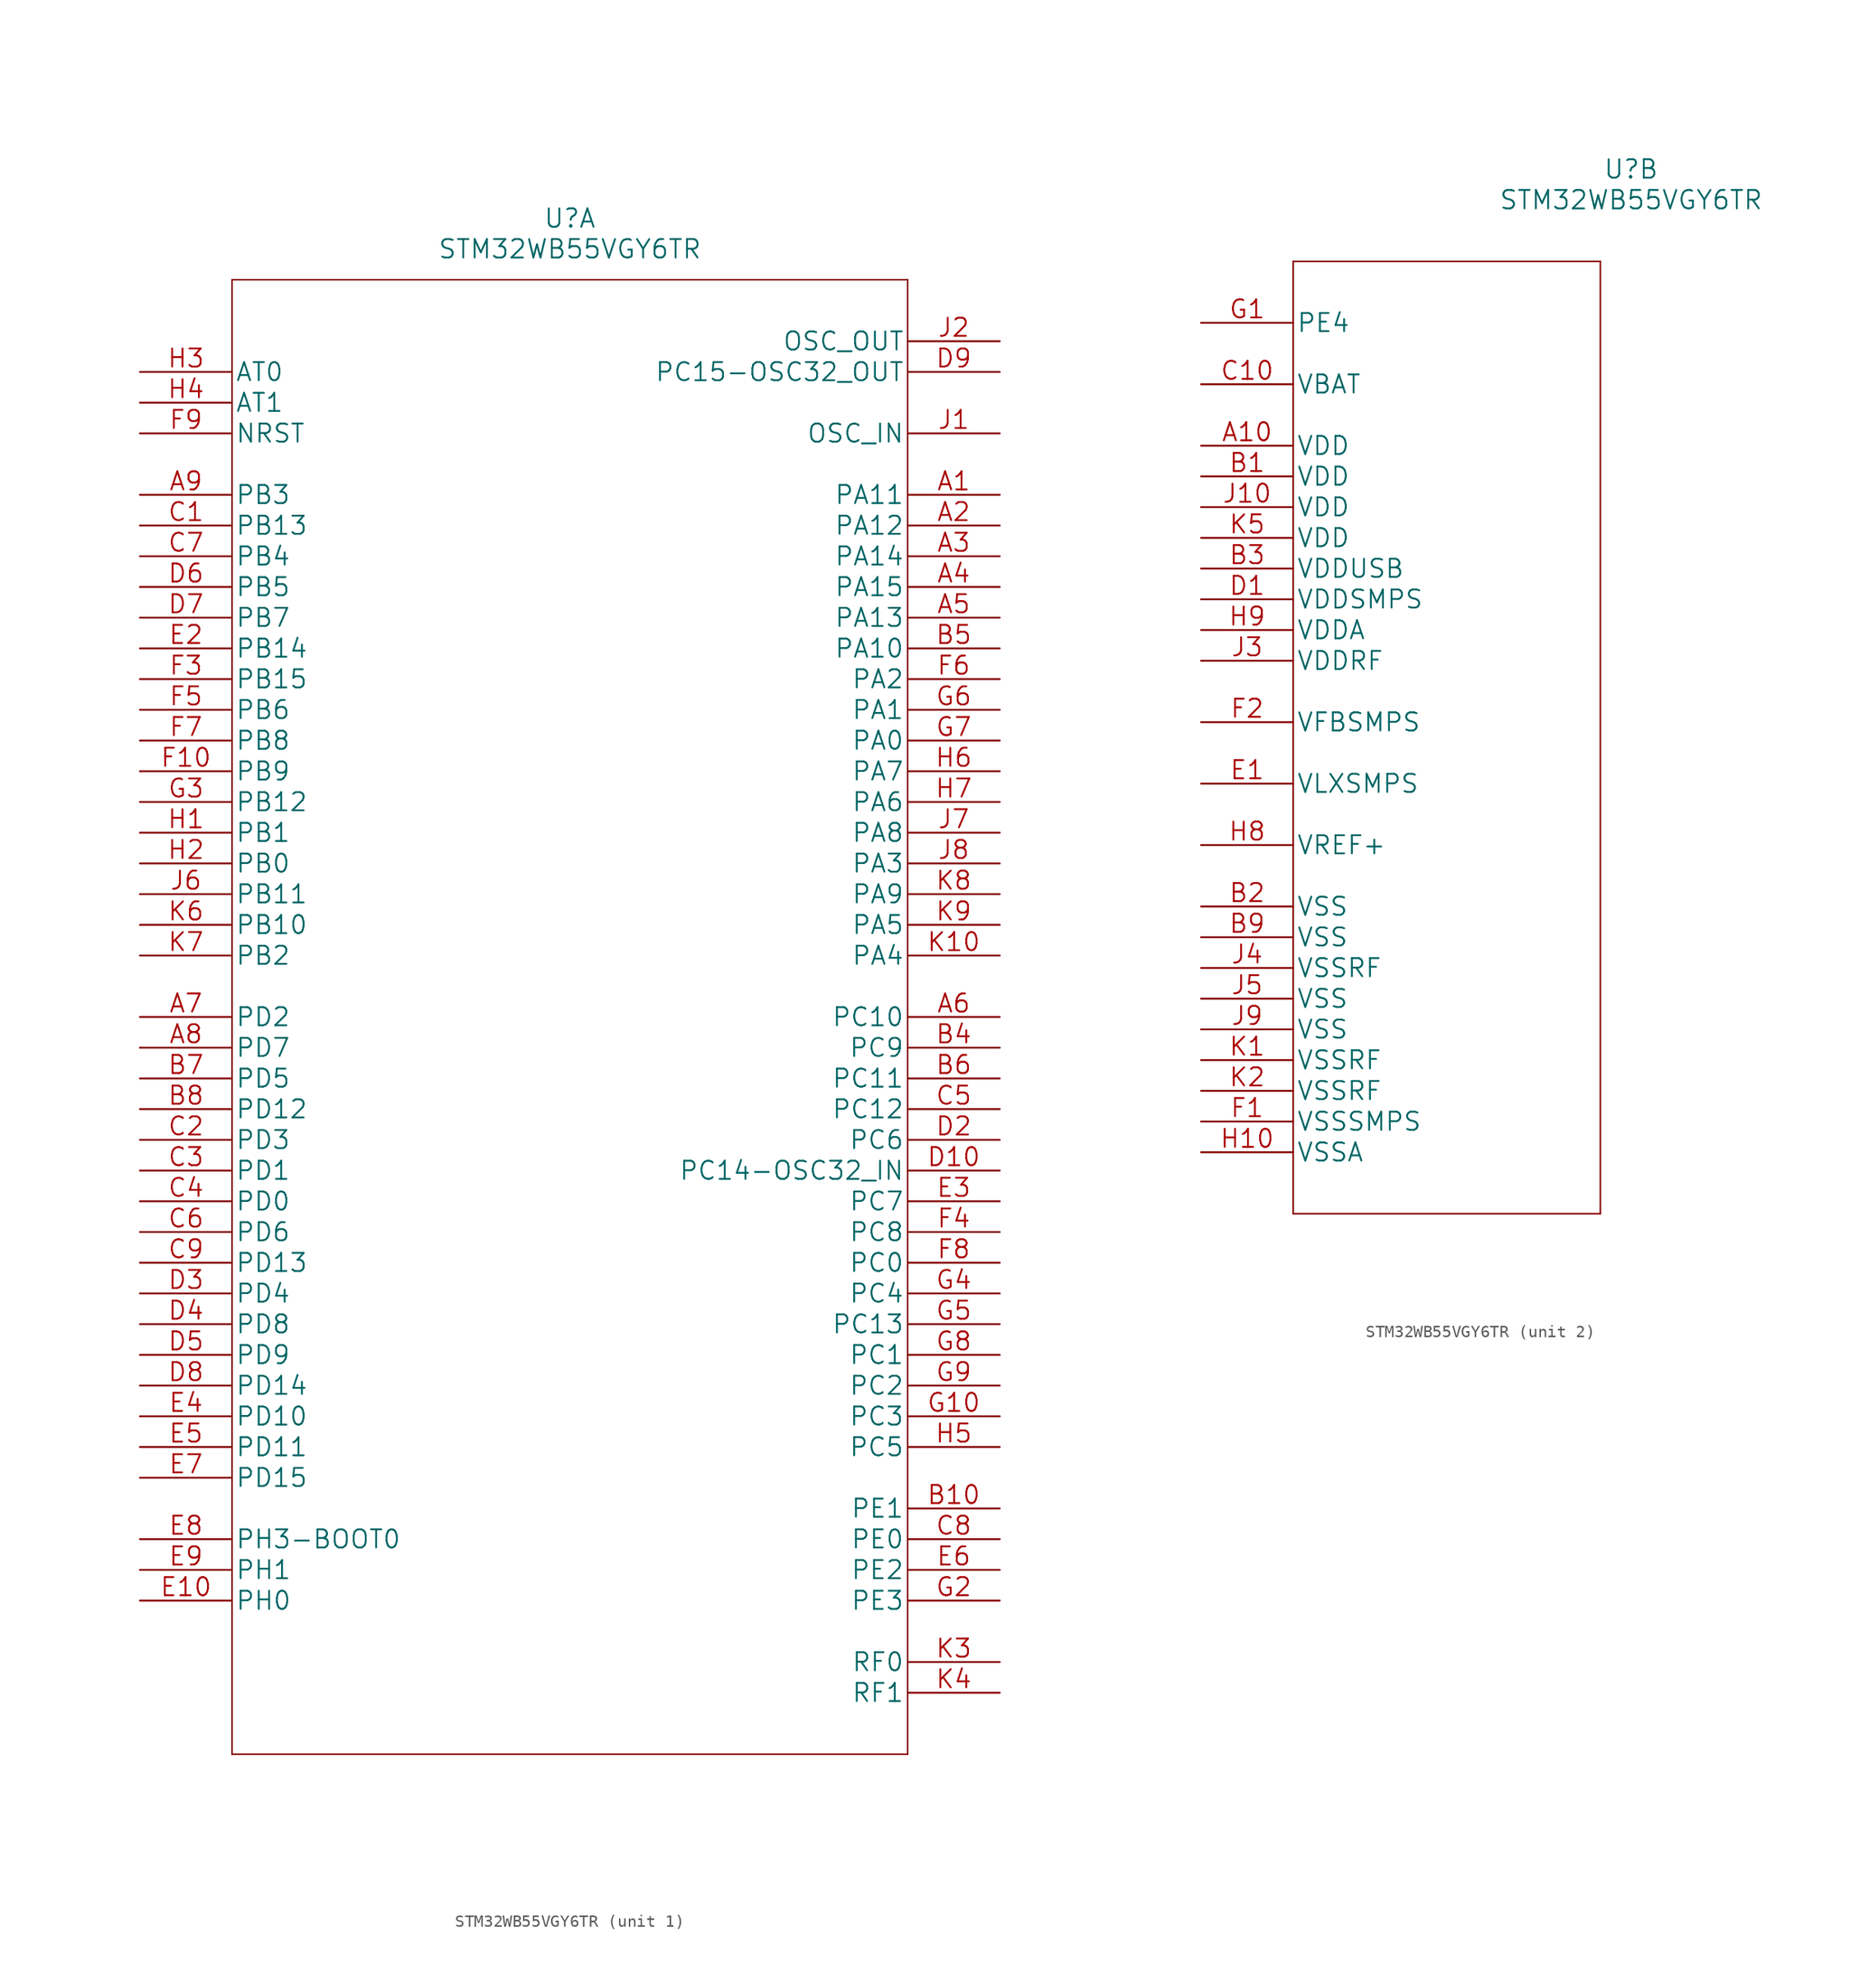
<source format=kicad_sym>
(kicad_symbol_lib
  (version 20211014)
  (generator kicad_symbol_editor)
  (symbol "STM32WB55VGY6TR"
    (pin_names
      (offset 0.254))
    (property "Reference" "U"
      (at 35.56 12.7 0)
      (effects (font (size 1.524 1.524))))
    (property "Value" "STM32WB55VGY6TR"
      (at 35.56 10.16 0)
      (effects (font (size 1.524 1.524))))
    (property "Datasheet" ""
      (at 0 0 0)
      (effects (font (size 1.524 1.524))))
    (symbol "STM32WB55VGY6TR_1_1"
      (polyline (pts (xy 7.62 -114.3) (xy 63.5 -114.3)) (stroke (width 0.127) (type default) (color 0 0 0 0)) (fill (type none)))
      (polyline (pts (xy 7.62 7.62) (xy 7.62 -114.3)) (stroke (width 0.127) (type default) (color 0 0 0 0)) (fill (type none)))
      (polyline (pts (xy 63.5 -114.3) (xy 63.5 7.62)) (stroke (width 0.127) (type default) (color 0 0 0 0)) (fill (type none)))
      (polyline (pts (xy 63.5 7.62) (xy 7.62 7.62)) (stroke (width 0.127) (type default) (color 0 0 0 0)) (fill (type none)))
      (pin bidirectional line (at 71.12 -10.16 180) (length 7.62) (name "PA11" (effects (font (size 1.499 1.499)))) (number "A1" (effects (font (size 1.499 1.499)))))
      (pin bidirectional line (at 71.12 -12.7 180) (length 7.62) (name "PA12" (effects (font (size 1.499 1.499)))) (number "A2" (effects (font (size 1.499 1.499)))))
      (pin bidirectional line (at 71.12 -15.24 180) (length 7.62) (name "PA14" (effects (font (size 1.499 1.499)))) (number "A3" (effects (font (size 1.499 1.499)))))
      (pin bidirectional line (at 71.12 -17.78 180) (length 7.62) (name "PA15" (effects (font (size 1.499 1.499)))) (number "A4" (effects (font (size 1.499 1.499)))))
      (pin bidirectional line (at 71.12 -20.32 180) (length 7.62) (name "PA13" (effects (font (size 1.499 1.499)))) (number "A5" (effects (font (size 1.499 1.499)))))
      (pin bidirectional line (at 71.12 -53.34 180) (length 7.62) (name "PC10" (effects (font (size 1.499 1.499)))) (number "A6" (effects (font (size 1.499 1.499)))))
      (pin bidirectional line (at 0 -53.34 0) (length 7.62) (name "PD2" (effects (font (size 1.499 1.499)))) (number "A7" (effects (font (size 1.499 1.499)))))
      (pin bidirectional line (at 0 -55.88 0) (length 7.62) (name "PD7" (effects (font (size 1.499 1.499)))) (number "A8" (effects (font (size 1.499 1.499)))))
      (pin bidirectional line (at 0 -10.16 0) (length 7.62) (name "PB3" (effects (font (size 1.499 1.499)))) (number "A9" (effects (font (size 1.499 1.499)))))
      (pin bidirectional line (at 71.12 -93.98 180) (length 7.62) (name "PE1" (effects (font (size 1.499 1.499)))) (number "B10" (effects (font (size 1.499 1.499)))))
      (pin bidirectional line (at 71.12 -55.88 180) (length 7.62) (name "PC9" (effects (font (size 1.499 1.499)))) (number "B4" (effects (font (size 1.499 1.499)))))
      (pin bidirectional line (at 71.12 -22.86 180) (length 7.62) (name "PA10" (effects (font (size 1.499 1.499)))) (number "B5" (effects (font (size 1.499 1.499)))))
      (pin bidirectional line (at 71.12 -58.42 180) (length 7.62) (name "PC11" (effects (font (size 1.499 1.499)))) (number "B6" (effects (font (size 1.499 1.499)))))
      (pin bidirectional line (at 0 -58.42 0) (length 7.62) (name "PD5" (effects (font (size 1.499 1.499)))) (number "B7" (effects (font (size 1.499 1.499)))))
      (pin bidirectional line (at 0 -60.96 0) (length 7.62) (name "PD12" (effects (font (size 1.499 1.499)))) (number "B8" (effects (font (size 1.499 1.499)))))
      (pin bidirectional line (at 0 -12.7 0) (length 7.62) (name "PB13" (effects (font (size 1.499 1.499)))) (number "C1" (effects (font (size 1.499 1.499)))))
      (pin bidirectional line (at 0 -63.5 0) (length 7.62) (name "PD3" (effects (font (size 1.499 1.499)))) (number "C2" (effects (font (size 1.499 1.499)))))
      (pin bidirectional line (at 0 -66.04 0) (length 7.62) (name "PD1" (effects (font (size 1.499 1.499)))) (number "C3" (effects (font (size 1.499 1.499)))))
      (pin bidirectional line (at 0 -68.58 0) (length 7.62) (name "PD0" (effects (font (size 1.499 1.499)))) (number "C4" (effects (font (size 1.499 1.499)))))
      (pin bidirectional line (at 71.12 -60.96 180) (length 7.62) (name "PC12" (effects (font (size 1.499 1.499)))) (number "C5" (effects (font (size 1.499 1.499)))))
      (pin bidirectional line (at 0 -71.12 0) (length 7.62) (name "PD6" (effects (font (size 1.499 1.499)))) (number "C6" (effects (font (size 1.499 1.499)))))
      (pin bidirectional line (at 0 -15.24 0) (length 7.62) (name "PB4" (effects (font (size 1.499 1.499)))) (number "C7" (effects (font (size 1.499 1.499)))))
      (pin bidirectional line (at 71.12 -96.52 180) (length 7.62) (name "PE0" (effects (font (size 1.499 1.499)))) (number "C8" (effects (font (size 1.499 1.499)))))
      (pin bidirectional line (at 0 -73.66 0) (length 7.62) (name "PD13" (effects (font (size 1.499 1.499)))) (number "C9" (effects (font (size 1.499 1.499)))))
      (pin bidirectional line (at 71.12 -66.04 180) (length 7.62) (name "PC14-OSC32_IN" (effects (font (size 1.499 1.499)))) (number "D10" (effects (font (size 1.499 1.499)))))
      (pin bidirectional line (at 71.12 -63.5 180) (length 7.62) (name "PC6" (effects (font (size 1.499 1.499)))) (number "D2" (effects (font (size 1.499 1.499)))))
      (pin bidirectional line (at 0 -76.2 0) (length 7.62) (name "PD4" (effects (font (size 1.499 1.499)))) (number "D3" (effects (font (size 1.499 1.499)))))
      (pin bidirectional line (at 0 -78.74 0) (length 7.62) (name "PD8" (effects (font (size 1.499 1.499)))) (number "D4" (effects (font (size 1.499 1.499)))))
      (pin bidirectional line (at 0 -81.28 0) (length 7.62) (name "PD9" (effects (font (size 1.499 1.499)))) (number "D5" (effects (font (size 1.499 1.499)))))
      (pin bidirectional line (at 0 -17.78 0) (length 7.62) (name "PB5" (effects (font (size 1.499 1.499)))) (number "D6" (effects (font (size 1.499 1.499)))))
      (pin bidirectional line (at 0 -20.32 0) (length 7.62) (name "PB7" (effects (font (size 1.499 1.499)))) (number "D7" (effects (font (size 1.499 1.499)))))
      (pin bidirectional line (at 0 -83.82 0) (length 7.62) (name "PD14" (effects (font (size 1.499 1.499)))) (number "D8" (effects (font (size 1.499 1.499)))))
      (pin bidirectional line (at 71.12 0 180) (length 7.62) (name "PC15-OSC32_OUT" (effects (font (size 1.499 1.499)))) (number "D9" (effects (font (size 1.499 1.499)))))
      (pin bidirectional line (at 0 -101.6 0) (length 7.62) (name "PH0" (effects (font (size 1.499 1.499)))) (number "E10" (effects (font (size 1.499 1.499)))))
      (pin bidirectional line (at 0 -22.86 0) (length 7.62) (name "PB14" (effects (font (size 1.499 1.499)))) (number "E2" (effects (font (size 1.499 1.499)))))
      (pin bidirectional line (at 71.12 -68.58 180) (length 7.62) (name "PC7" (effects (font (size 1.499 1.499)))) (number "E3" (effects (font (size 1.499 1.499)))))
      (pin bidirectional line (at 0 -86.36 0) (length 7.62) (name "PD10" (effects (font (size 1.499 1.499)))) (number "E4" (effects (font (size 1.499 1.499)))))
      (pin bidirectional line (at 0 -88.9 0) (length 7.62) (name "PD11" (effects (font (size 1.499 1.499)))) (number "E5" (effects (font (size 1.499 1.499)))))
      (pin bidirectional line (at 71.12 -99.06 180) (length 7.62) (name "PE2" (effects (font (size 1.499 1.499)))) (number "E6" (effects (font (size 1.499 1.499)))))
      (pin bidirectional line (at 0 -91.44 0) (length 7.62) (name "PD15" (effects (font (size 1.499 1.499)))) (number "E7" (effects (font (size 1.499 1.499)))))
      (pin bidirectional line (at 0 -96.52 0) (length 7.62) (name "PH3-BOOT0" (effects (font (size 1.499 1.499)))) (number "E8" (effects (font (size 1.499 1.499)))))
      (pin bidirectional line (at 0 -99.06 0) (length 7.62) (name "PH1" (effects (font (size 1.499 1.499)))) (number "E9" (effects (font (size 1.499 1.499)))))
      (pin bidirectional line (at 0 -33.02 0) (length 7.62) (name "PB9" (effects (font (size 1.499 1.499)))) (number "F10" (effects (font (size 1.499 1.499)))))
      (pin bidirectional line (at 0 -25.4 0) (length 7.62) (name "PB15" (effects (font (size 1.499 1.499)))) (number "F3" (effects (font (size 1.499 1.499)))))
      (pin bidirectional line (at 71.12 -71.12 180) (length 7.62) (name "PC8" (effects (font (size 1.499 1.499)))) (number "F4" (effects (font (size 1.499 1.499)))))
      (pin bidirectional line (at 0 -27.94 0) (length 7.62) (name "PB6" (effects (font (size 1.499 1.499)))) (number "F5" (effects (font (size 1.499 1.499)))))
      (pin bidirectional line (at 71.12 -25.4 180) (length 7.62) (name "PA2" (effects (font (size 1.499 1.499)))) (number "F6" (effects (font (size 1.499 1.499)))))
      (pin bidirectional line (at 0 -30.48 0) (length 7.62) (name "PB8" (effects (font (size 1.499 1.499)))) (number "F7" (effects (font (size 1.499 1.499)))))
      (pin bidirectional line (at 71.12 -73.66 180) (length 7.62) (name "PC0" (effects (font (size 1.499 1.499)))) (number "F8" (effects (font (size 1.499 1.499)))))
      (pin bidirectional line (at 0 -5.08 0) (length 7.62) (name "NRST" (effects (font (size 1.499 1.499)))) (number "F9" (effects (font (size 1.499 1.499)))))
      (pin bidirectional line (at 71.12 -86.36 180) (length 7.62) (name "PC3" (effects (font (size 1.499 1.499)))) (number "G10" (effects (font (size 1.499 1.499)))))
      (pin bidirectional line (at 71.12 -101.6 180) (length 7.62) (name "PE3" (effects (font (size 1.499 1.499)))) (number "G2" (effects (font (size 1.499 1.499)))))
      (pin bidirectional line (at 0 -35.56 0) (length 7.62) (name "PB12" (effects (font (size 1.499 1.499)))) (number "G3" (effects (font (size 1.499 1.499)))))
      (pin bidirectional line (at 71.12 -76.2 180) (length 7.62) (name "PC4" (effects (font (size 1.499 1.499)))) (number "G4" (effects (font (size 1.499 1.499)))))
      (pin bidirectional line (at 71.12 -78.74 180) (length 7.62) (name "PC13" (effects (font (size 1.499 1.499)))) (number "G5" (effects (font (size 1.499 1.499)))))
      (pin bidirectional line (at 71.12 -27.94 180) (length 7.62) (name "PA1" (effects (font (size 1.499 1.499)))) (number "G6" (effects (font (size 1.499 1.499)))))
      (pin bidirectional line (at 71.12 -30.48 180) (length 7.62) (name "PA0" (effects (font (size 1.499 1.499)))) (number "G7" (effects (font (size 1.499 1.499)))))
      (pin bidirectional line (at 71.12 -81.28 180) (length 7.62) (name "PC1" (effects (font (size 1.499 1.499)))) (number "G8" (effects (font (size 1.499 1.499)))))
      (pin bidirectional line (at 71.12 -83.82 180) (length 7.62) (name "PC2" (effects (font (size 1.499 1.499)))) (number "G9" (effects (font (size 1.499 1.499)))))
      (pin bidirectional line (at 0 -38.1 0) (length 7.62) (name "PB1" (effects (font (size 1.499 1.499)))) (number "H1" (effects (font (size 1.499 1.499)))))
      (pin bidirectional line (at 0 -40.64 0) (length 7.62) (name "PB0" (effects (font (size 1.499 1.499)))) (number "H2" (effects (font (size 1.499 1.499)))))
      (pin bidirectional line (at 0 0 0) (length 7.62) (name "AT0" (effects (font (size 1.499 1.499)))) (number "H3" (effects (font (size 1.499 1.499)))))
      (pin bidirectional line (at 0 -2.54 0) (length 7.62) (name "AT1" (effects (font (size 1.499 1.499)))) (number "H4" (effects (font (size 1.499 1.499)))))
      (pin bidirectional line (at 71.12 -88.9 180) (length 7.62) (name "PC5" (effects (font (size 1.499 1.499)))) (number "H5" (effects (font (size 1.499 1.499)))))
      (pin bidirectional line (at 71.12 -33.02 180) (length 7.62) (name "PA7" (effects (font (size 1.499 1.499)))) (number "H6" (effects (font (size 1.499 1.499)))))
      (pin bidirectional line (at 71.12 -35.56 180) (length 7.62) (name "PA6" (effects (font (size 1.499 1.499)))) (number "H7" (effects (font (size 1.499 1.499)))))
      (pin bidirectional line (at 71.12 -5.08 180) (length 7.62) (name "OSC_IN" (effects (font (size 1.499 1.499)))) (number "J1" (effects (font (size 1.499 1.499)))))
      (pin bidirectional line (at 71.12 2.54 180) (length 7.62) (name "OSC_OUT" (effects (font (size 1.499 1.499)))) (number "J2" (effects (font (size 1.499 1.499)))))
      (pin bidirectional line (at 0 -43.18 0) (length 7.62) (name "PB11" (effects (font (size 1.499 1.499)))) (number "J6" (effects (font (size 1.499 1.499)))))
      (pin bidirectional line (at 71.12 -38.1 180) (length 7.62) (name "PA8" (effects (font (size 1.499 1.499)))) (number "J7" (effects (font (size 1.499 1.499)))))
      (pin bidirectional line (at 71.12 -40.64 180) (length 7.62) (name "PA3" (effects (font (size 1.499 1.499)))) (number "J8" (effects (font (size 1.499 1.499)))))
      (pin bidirectional line (at 71.12 -48.26 180) (length 7.62) (name "PA4" (effects (font (size 1.499 1.499)))) (number "K10" (effects (font (size 1.499 1.499)))))
      (pin bidirectional line (at 71.12 -106.68 180) (length 7.62) (name "RF0" (effects (font (size 1.499 1.499)))) (number "K3" (effects (font (size 1.499 1.499)))))
      (pin bidirectional line (at 71.12 -109.22 180) (length 7.62) (name "RF1" (effects (font (size 1.499 1.499)))) (number "K4" (effects (font (size 1.499 1.499)))))
      (pin bidirectional line (at 0 -45.72 0) (length 7.62) (name "PB10" (effects (font (size 1.499 1.499)))) (number "K6" (effects (font (size 1.499 1.499)))))
      (pin bidirectional line (at 0 -48.26 0) (length 7.62) (name "PB2" (effects (font (size 1.499 1.499)))) (number "K7" (effects (font (size 1.499 1.499)))))
      (pin bidirectional line (at 71.12 -43.18 180) (length 7.62) (name "PA9" (effects (font (size 1.499 1.499)))) (number "K8" (effects (font (size 1.499 1.499)))))
      (pin bidirectional line (at 71.12 -45.72 180) (length 7.62) (name "PA5" (effects (font (size 1.499 1.499)))) (number "K9" (effects (font (size 1.499 1.499))))))
    (symbol "STM32WB55VGY6TR_2_1"
      (polyline (pts (xy 7.62 -73.66) (xy 33.02 -73.66)) (stroke (width 0.127) (type default) (color 0 0 0 0)) (fill (type none)))
      (polyline (pts (xy 7.62 5.08) (xy 7.62 -73.66)) (stroke (width 0.127) (type default) (color 0 0 0 0)) (fill (type none)))
      (polyline (pts (xy 33.02 -73.66) (xy 33.02 5.08)) (stroke (width 0.127) (type default) (color 0 0 0 0)) (fill (type none)))
      (polyline (pts (xy 33.02 5.08) (xy 7.62 5.08)) (stroke (width 0.127) (type default) (color 0 0 0 0)) (fill (type none)))
      (pin power_in line (at 0 -10.16 0) (length 7.62) (name "VDD" (effects (font (size 1.499 1.499)))) (number "A10" (effects (font (size 1.499 1.499)))))
      (pin power_in line (at 0 -12.7 0) (length 7.62) (name "VDD" (effects (font (size 1.499 1.499)))) (number "B1" (effects (font (size 1.499 1.499)))))
      (pin power_in line (at 0 -48.26 0) (length 7.62) (name "VSS" (effects (font (size 1.499 1.499)))) (number "B2" (effects (font (size 1.499 1.499)))))
      (pin power_in line (at 0 -20.32 0) (length 7.62) (name "VDDUSB" (effects (font (size 1.499 1.499)))) (number "B3" (effects (font (size 1.499 1.499)))))
      (pin power_in line (at 0 -50.8 0) (length 7.62) (name "VSS" (effects (font (size 1.499 1.499)))) (number "B9" (effects (font (size 1.499 1.499)))))
      (pin power_in line (at 0 -5.08 0) (length 7.62) (name "VBAT" (effects (font (size 1.499 1.499)))) (number "C10" (effects (font (size 1.499 1.499)))))
      (pin power_in line (at 0 -22.86 0) (length 7.62) (name "VDDSMPS" (effects (font (size 1.499 1.499)))) (number "D1" (effects (font (size 1.499 1.499)))))
      (pin power_in line (at 0 -38.1 0) (length 7.62) (name "VLXSMPS" (effects (font (size 1.499 1.499)))) (number "E1" (effects (font (size 1.499 1.499)))))
      (pin power_in line (at 0 -66.04 0) (length 7.62) (name "VSSSMPS" (effects (font (size 1.499 1.499)))) (number "F1" (effects (font (size 1.499 1.499)))))
      (pin power_in line (at 0 -33.02 0) (length 7.62) (name "VFBSMPS" (effects (font (size 1.499 1.499)))) (number "F2" (effects (font (size 1.499 1.499)))))
      (pin power_in line (at 0 0 0) (length 7.62) (name "PE4" (effects (font (size 1.499 1.499)))) (number "G1" (effects (font (size 1.499 1.499)))))
      (pin power_in line (at 0 -68.58 0) (length 7.62) (name "VSSA" (effects (font (size 1.499 1.499)))) (number "H10" (effects (font (size 1.499 1.499)))))
      (pin power_in line (at 0 -43.18 0) (length 7.62) (name "VREF+" (effects (font (size 1.499 1.499)))) (number "H8" (effects (font (size 1.499 1.499)))))
      (pin power_in line (at 0 -25.4 0) (length 7.62) (name "VDDA" (effects (font (size 1.499 1.499)))) (number "H9" (effects (font (size 1.499 1.499)))))
      (pin power_in line (at 0 -15.24 0) (length 7.62) (name "VDD" (effects (font (size 1.499 1.499)))) (number "J10" (effects (font (size 1.499 1.499)))))
      (pin power_in line (at 0 -27.94 0) (length 7.62) (name "VDDRF" (effects (font (size 1.499 1.499)))) (number "J3" (effects (font (size 1.499 1.499)))))
      (pin power_in line (at 0 -53.34 0) (length 7.62) (name "VSSRF" (effects (font (size 1.499 1.499)))) (number "J4" (effects (font (size 1.499 1.499)))))
      (pin power_in line (at 0 -55.88 0) (length 7.62) (name "VSS" (effects (font (size 1.499 1.499)))) (number "J5" (effects (font (size 1.499 1.499)))))
      (pin power_in line (at 0 -58.42 0) (length 7.62) (name "VSS" (effects (font (size 1.499 1.499)))) (number "J9" (effects (font (size 1.499 1.499)))))
      (pin power_in line (at 0 -60.96 0) (length 7.62) (name "VSSRF" (effects (font (size 1.499 1.499)))) (number "K1" (effects (font (size 1.499 1.499)))))
      (pin power_in line (at 0 -63.5 0) (length 7.62) (name "VSSRF" (effects (font (size 1.499 1.499)))) (number "K2" (effects (font (size 1.499 1.499)))))
      (pin power_in line (at 0 -17.78 0) (length 7.62) (name "VDD" (effects (font (size 1.499 1.499)))) (number "K5" (effects (font (size 1.499 1.499))))))))
</source>
